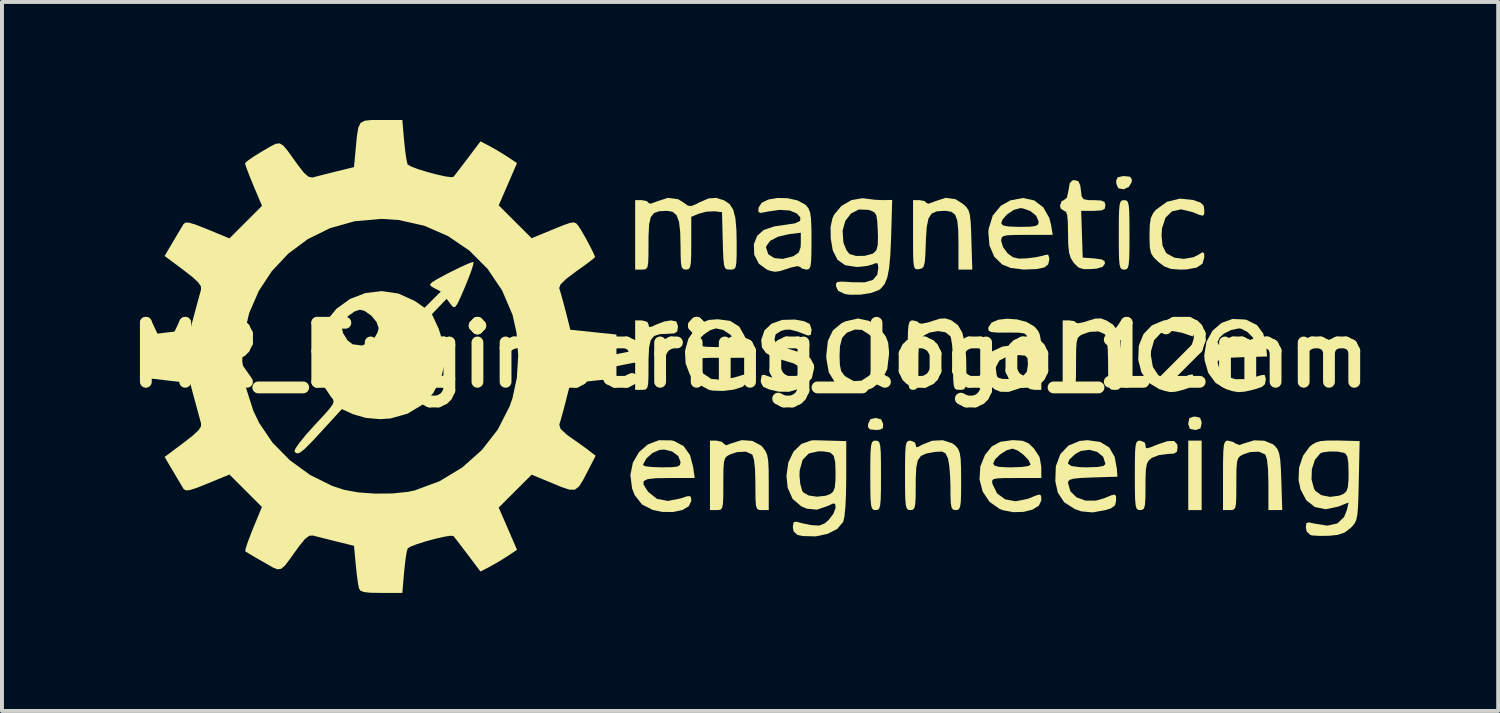
<source format=kicad_pcb>
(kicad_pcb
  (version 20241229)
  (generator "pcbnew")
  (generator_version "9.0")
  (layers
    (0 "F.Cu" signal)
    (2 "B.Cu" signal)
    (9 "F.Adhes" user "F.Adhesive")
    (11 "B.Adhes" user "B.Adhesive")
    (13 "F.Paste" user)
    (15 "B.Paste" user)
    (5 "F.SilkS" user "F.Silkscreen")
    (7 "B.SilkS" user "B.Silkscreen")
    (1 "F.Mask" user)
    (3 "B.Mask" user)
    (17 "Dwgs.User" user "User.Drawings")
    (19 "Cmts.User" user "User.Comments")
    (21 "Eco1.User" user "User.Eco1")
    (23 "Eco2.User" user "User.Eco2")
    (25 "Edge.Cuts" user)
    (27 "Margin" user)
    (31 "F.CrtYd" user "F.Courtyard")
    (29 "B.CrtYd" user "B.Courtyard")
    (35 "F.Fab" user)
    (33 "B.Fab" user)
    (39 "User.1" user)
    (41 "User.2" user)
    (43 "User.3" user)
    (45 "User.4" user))
  (footprint "MR_Engineering_logo_12mm"
    (layer "F.Cu")
    (at 16.014 5.976)
    (property "Reference" "MR_Engineering_logo_12mm" (at 0 0 0) (layer "F.SilkS") (effects (font (size 1.5 1.5) (thickness 0.3))))
    (attr board_only exclude_from_pos_files exclude_from_bom)
    (fp_poly (pts (xy 11.478 3.056) (xy 11.478 3.939) (xy 11.308 3.939) (xy 11.138 3.939) (xy 11.138 3.056) (xy 11.138 2.173) (xy 11.308 2.173) (xy 11.478 2.173)) (stroke (width 0) (type solid)) (fill yes) (layer "F.SilkS"))
    (fp_poly (pts (xy 3.332 1.633) (xy 3.383 1.749) (xy 3.379 1.856) (xy 3.297 1.897) (xy 3.192 1.902) (xy 3.045 1.887) (xy 2.997 1.825) (xy 3 1.749) (xy 3.059 1.628) (xy 3.192 1.596)) (stroke (width 0) (type solid)) (fill yes) (layer "F.SilkS"))
    (fp_poly (pts (xy 9.657 -4.535) (xy 9.704 -4.47) (xy 9.7 -4.397) (xy 9.629 -4.277) (xy 9.5 -4.215) (xy 9.372 -4.237) (xy 9.352 -4.253) (xy 9.311 -4.356) (xy 9.304 -4.426) (xy 9.341 -4.518) (xy 9.472 -4.549) (xy 9.513 -4.55)) (stroke (width 0) (type solid)) (fill yes) (layer "F.SilkS"))
    (fp_poly (pts (xy 11.437 1.59) (xy 11.477 1.701) (xy 11.478 1.732) (xy 11.449 1.861) (xy 11.339 1.901) (xy 11.308 1.902) (xy 11.179 1.874) (xy 11.139 1.763) (xy 11.138 1.732) (xy 11.166 1.603) (xy 11.276 1.563) (xy 11.308 1.562)) (stroke (width 0) (type solid)) (fill yes) (layer "F.SilkS"))
    (fp_poly (pts (xy 3.247 2.181) (xy 3.285 2.218) (xy 3.309 2.306) (xy 3.322 2.466) (xy 3.327 2.721) (xy 3.328 3.056) (xy 3.327 3.417) (xy 3.321 3.663) (xy 3.307 3.817) (xy 3.283 3.899) (xy 3.244 3.933) (xy 3.192 3.939) (xy 3.137 3.932) (xy 3.099 3.895) (xy 3.075 3.807) (xy 3.062 3.646) (xy 3.057 3.391) (xy 3.056 3.056) (xy 3.057 2.696) (xy 3.063 2.449) (xy 3.077 2.296) (xy 3.101 2.213) (xy 3.14 2.179) (xy 3.192 2.173)) (stroke (width 0) (type solid)) (fill yes) (layer "F.SilkS"))
    (fp_poly (pts (xy 9.563 -3.932) (xy 9.601 -3.895) (xy 9.625 -3.807) (xy 9.638 -3.646) (xy 9.643 -3.391) (xy 9.644 -3.056) (xy 9.643 -2.696) (xy 9.637 -2.449) (xy 9.623 -2.296) (xy 9.599 -2.213) (xy 9.56 -2.179) (xy 9.508 -2.173) (xy 9.453 -2.181) (xy 9.415 -2.218) (xy 9.391 -2.306) (xy 9.378 -2.466) (xy 9.373 -2.721) (xy 9.372 -3.056) (xy 9.373 -3.417) (xy 9.379 -3.663) (xy 9.393 -3.817) (xy 9.417 -3.899) (xy 9.456 -3.933) (xy 9.508 -3.939)) (stroke (width 0) (type solid)) (fill yes) (layer "F.SilkS"))
    (fp_poly (pts (xy -2.613 -0.847) (xy -2.581 -0.779) (xy -2.567 -0.716) (xy -2.502 -0.721) (xy -2.38 -0.779) (xy -2.183 -0.854) (xy -2.007 -0.883) (xy -1.876 -0.856) (xy -1.835 -0.75) (xy -1.834 -0.713) (xy -1.851 -0.599) (xy -1.929 -0.552) (xy -2.076 -0.543) (xy -2.293 -0.533) (xy -2.437 -0.487) (xy -2.523 -0.383) (xy -2.566 -0.198) (xy -2.58 0.09) (xy -2.581 0.24) (xy -2.582 0.538) (xy -2.59 0.726) (xy -2.612 0.829) (xy -2.654 0.873) (xy -2.723 0.883) (xy -2.751 0.883) (xy -2.92 0.883) (xy -2.92 0) (xy -2.92 -0.883) (xy -2.751 -0.883)) (stroke (width 0) (type solid)) (fill yes) (layer "F.SilkS"))
    (fp_poly (pts (xy 10.026 2.216) (xy 10.051 2.275) (xy 10.056 2.348) (xy 10.093 2.369) (xy 10.194 2.338) (xy 10.346 2.275) (xy 10.61 2.186) (xy 10.777 2.183) (xy 10.857 2.266) (xy 10.866 2.343) (xy 10.85 2.455) (xy 10.776 2.503) (xy 10.61 2.513) (xy 10.396 2.541) (xy 10.216 2.609) (xy 10.202 2.619) (xy 10.13 2.682) (xy 10.085 2.768) (xy 10.061 2.908) (xy 10.052 3.134) (xy 10.051 3.332) (xy 10.049 3.621) (xy 10.038 3.8) (xy 10.013 3.896) (xy 9.968 3.933) (xy 9.916 3.939) (xy 9.86 3.932) (xy 9.822 3.895) (xy 9.799 3.807) (xy 9.786 3.646) (xy 9.781 3.391) (xy 9.78 3.056) (xy 9.781 2.696) (xy 9.787 2.449) (xy 9.8 2.296) (xy 9.825 2.213) (xy 9.864 2.179) (xy 9.916 2.173)) (stroke (width 0) (type solid)) (fill yes) (layer "F.SilkS"))
    (fp_poly (pts (xy 10.991 -0.884) (xy 11.179 -0.823) (xy 11.265 -0.711) (xy 11.274 -0.641) (xy 11.268 -0.515) (xy 11.257 -0.476) (xy 11.188 -0.497) (xy 11.038 -0.548) (xy 10.973 -0.57) (xy 10.674 -0.622) (xy 10.435 -0.555) (xy 10.271 -0.38) (xy 10.192 -0.105) (xy 10.187 0) (xy 10.238 0.299) (xy 10.377 0.511) (xy 10.588 0.622) (xy 10.851 0.618) (xy 10.982 0.576) (xy 11.16 0.503) (xy 11.245 0.488) (xy 11.272 0.538) (xy 11.274 0.642) (xy 11.247 0.762) (xy 11.142 0.838) (xy 11.019 0.879) (xy 10.818 0.93) (xy 10.678 0.94) (xy 10.528 0.906) (xy 10.397 0.862) (xy 10.129 0.701) (xy 9.949 0.44) (xy 9.866 0.119) (xy 9.881 -0.24) (xy 10.002 -0.538) (xy 10.215 -0.757) (xy 10.506 -0.88) (xy 10.687 -0.899)) (stroke (width 0) (type solid)) (fill yes) (layer "F.SilkS"))
    (fp_poly (pts (xy 11.26 -3.943) (xy 11.443 -3.88) (xy 11.527 -3.804) (xy 11.545 -3.699) (xy 11.543 -3.586) (xy 11.511 -3.543) (xy 11.419 -3.564) (xy 11.248 -3.635) (xy 10.957 -3.705) (xy 10.725 -3.655) (xy 10.56 -3.493) (xy 10.471 -3.225) (xy 10.459 -3.041) (xy 10.484 -2.783) (xy 10.567 -2.611) (xy 10.595 -2.581) (xy 10.782 -2.478) (xy 11.027 -2.446) (xy 11.272 -2.489) (xy 11.395 -2.551) (xy 11.503 -2.617) (xy 11.541 -2.585) (xy 11.545 -2.485) (xy 11.5 -2.325) (xy 11.354 -2.225) (xy 11.098 -2.178) (xy 10.94 -2.173) (xy 10.7 -2.19) (xy 10.527 -2.255) (xy 10.375 -2.371) (xy 10.258 -2.485) (xy 10.191 -2.592) (xy 10.161 -2.735) (xy 10.153 -2.959) (xy 10.153 -3.045) (xy 10.16 -3.311) (xy 10.187 -3.484) (xy 10.245 -3.608) (xy 10.319 -3.697) (xy 10.594 -3.896) (xy 10.924 -3.978)) (stroke (width 0) (type solid)) (fill yes) (layer "F.SilkS"))
    (fp_poly (pts (xy 13.073 2.176) (xy 13.291 2.266) (xy 13.337 2.304) (xy 13.402 2.384) (xy 13.446 2.49) (xy 13.474 2.648) (xy 13.492 2.889) (xy 13.504 3.194) (xy 13.527 3.939) (xy 13.351 3.939) (xy 13.175 3.939) (xy 13.175 3.273) (xy 13.166 2.911) (xy 13.14 2.66) (xy 13.099 2.532) (xy 13.094 2.526) (xy 12.933 2.454) (xy 12.708 2.465) (xy 12.533 2.524) (xy 12.454 2.566) (xy 12.404 2.624) (xy 12.376 2.726) (xy 12.363 2.9) (xy 12.36 3.174) (xy 12.36 3.271) (xy 12.359 3.576) (xy 12.352 3.77) (xy 12.332 3.879) (xy 12.292 3.927) (xy 12.228 3.939) (xy 12.191 3.939) (xy 12.021 3.939) (xy 12.021 3.056) (xy 12.022 2.694) (xy 12.029 2.447) (xy 12.043 2.293) (xy 12.069 2.21) (xy 12.108 2.178) (xy 12.143 2.173) (xy 12.289 2.212) (xy 12.34 2.247) (xy 12.443 2.285) (xy 12.565 2.241) (xy 12.812 2.166)) (stroke (width 0) (type solid)) (fill yes) (layer "F.SilkS"))
    (fp_poly (pts (xy 0.056 2.18) (xy 0.278 2.297) (xy 0.32 2.34) (xy 0.391 2.435) (xy 0.436 2.541) (xy 0.462 2.692) (xy 0.473 2.917) (xy 0.475 3.23) (xy 0.475 3.939) (xy 0.306 3.939) (xy 0.228 3.935) (xy 0.179 3.905) (xy 0.151 3.825) (xy 0.139 3.67) (xy 0.136 3.415) (xy 0.136 3.273) (xy 0.127 2.911) (xy 0.101 2.66) (xy 0.059 2.532) (xy 0.054 2.526) (xy -0.106 2.454) (xy -0.331 2.465) (xy -0.506 2.524) (xy -0.585 2.566) (xy -0.636 2.624) (xy -0.664 2.726) (xy -0.676 2.9) (xy -0.679 3.174) (xy -0.679 3.271) (xy -0.68 3.576) (xy -0.688 3.77) (xy -0.708 3.879) (xy -0.747 3.927) (xy -0.812 3.939) (xy -0.849 3.939) (xy -1.019 3.939) (xy -1.019 3.056) (xy -1.019 2.173) (xy -0.855 2.173) (xy -0.719 2.202) (xy -0.665 2.251) (xy -0.609 2.292) (xy -0.481 2.244) (xy -0.481 2.244) (xy -0.211 2.161)) (stroke (width 0) (type solid)) (fill yes) (layer "F.SilkS"))
    (fp_poly (pts (xy 5.223 -3.963) (xy 5.412 -3.843) (xy 5.496 -3.765) (xy 5.552 -3.683) (xy 5.586 -3.569) (xy 5.607 -3.392) (xy 5.62 -3.124) (xy 5.626 -2.926) (xy 5.649 -2.173) (xy 5.473 -2.173) (xy 5.297 -2.173) (xy 5.297 -2.839) (xy 5.291 -3.188) (xy 5.266 -3.424) (xy 5.213 -3.568) (xy 5.121 -3.641) (xy 4.982 -3.666) (xy 4.923 -3.667) (xy 4.739 -3.653) (xy 4.613 -3.595) (xy 4.535 -3.471) (xy 4.491 -3.26) (xy 4.47 -2.941) (xy 4.467 -2.852) (xy 4.456 -2.552) (xy 4.441 -2.362) (xy 4.414 -2.255) (xy 4.369 -2.205) (xy 4.299 -2.186) (xy 4.296 -2.186) (xy 4.233 -2.181) (xy 4.191 -2.201) (xy 4.164 -2.269) (xy 4.15 -2.404) (xy 4.144 -2.627) (xy 4.143 -2.961) (xy 4.143 -3.051) (xy 4.143 -3.939) (xy 4.313 -3.939) (xy 4.44 -3.915) (xy 4.482 -3.869) (xy 4.534 -3.848) (xy 4.664 -3.894) (xy 4.683 -3.903) (xy 4.969 -3.998)) (stroke (width 0) (type solid)) (fill yes) (layer "F.SilkS"))
    (fp_poly (pts (xy 8.346 -4.419) (xy 8.394 -4.309) (xy 8.409 -4.194) (xy 8.428 -4.036) (xy 8.479 -3.963) (xy 8.601 -3.94) (xy 8.731 -3.939) (xy 8.921 -3.93) (xy 9.009 -3.892) (xy 9.033 -3.81) (xy 9.033 -3.803) (xy 9.013 -3.719) (xy 8.93 -3.678) (xy 8.751 -3.667) (xy 8.724 -3.667) (xy 8.416 -3.667) (xy 8.436 -3.073) (xy 8.455 -2.479) (xy 8.748 -2.458) (xy 8.935 -2.433) (xy 9.014 -2.385) (xy 9.019 -2.322) (xy 8.961 -2.243) (xy 8.808 -2.199) (xy 8.683 -2.187) (xy 8.475 -2.185) (xy 8.345 -2.228) (xy 8.236 -2.336) (xy 8.225 -2.349) (xy 8.152 -2.465) (xy 8.108 -2.607) (xy 8.087 -2.812) (xy 8.082 -3.099) (xy 8.077 -3.385) (xy 8.061 -3.559) (xy 8.029 -3.645) (xy 7.98 -3.667) (xy 7.897 -3.724) (xy 7.878 -3.803) (xy 7.919 -3.913) (xy 7.976 -3.939) (xy 8.054 -4.004) (xy 8.095 -4.192) (xy 8.095 -4.194) (xy 8.125 -4.367) (xy 8.189 -4.439) (xy 8.252 -4.448)) (stroke (width 0) (type solid)) (fill yes) (layer "F.SilkS"))
    (fp_poly (pts (xy 3.032 -0.868) (xy 3.293 -0.673) (xy 3.323 -0.641) (xy 3.449 -0.476) (xy 3.511 -0.315) (xy 3.531 -0.098) (xy 3.532 -0.025) (xy 3.488 0.353) (xy 3.354 0.634) (xy 3.126 0.826) (xy 3.083 0.848) (xy 2.842 0.933) (xy 2.625 0.929) (xy 2.399 0.852) (xy 2.152 0.685) (xy 2.001 0.436) (xy 1.94 0.093) (xy 1.938 0.008) (xy 2.275 0.008) (xy 2.283 0.252) (xy 2.316 0.403) (xy 2.387 0.506) (xy 2.435 0.549) (xy 2.638 0.662) (xy 2.832 0.649) (xy 3.026 0.523) (xy 3.136 0.408) (xy 3.19 0.273) (xy 3.207 0.068) (xy 3.208 0) (xy 3.197 -0.23) (xy 3.154 -0.377) (xy 3.06 -0.493) (xy 3.02 -0.528) (xy 2.842 -0.641) (xy 2.671 -0.649) (xy 2.656 -0.646) (xy 2.46 -0.57) (xy 2.342 -0.441) (xy 2.286 -0.23) (xy 2.275 0.008) (xy 1.938 0.008) (xy 1.938 0) (xy 1.978 -0.361) (xy 2.104 -0.626) (xy 2.325 -0.811) (xy 2.427 -0.86) (xy 2.743 -0.931)) (stroke (width 0) (type solid)) (fill yes) (layer "F.SilkS"))
    (fp_poly (pts (xy 9.06 -0.88) (xy 9.066 -0.877) (xy 9.224 -0.776) (xy 9.331 -0.634) (xy 9.398 -0.426) (xy 9.431 -0.13) (xy 9.439 0.221) (xy 9.438 0.524) (xy 9.431 0.717) (xy 9.411 0.824) (xy 9.371 0.871) (xy 9.305 0.883) (xy 9.27 0.883) (xy 9.193 0.879) (xy 9.143 0.849) (xy 9.116 0.769) (xy 9.104 0.614) (xy 9.101 0.359) (xy 9.101 0.217) (xy 9.092 -0.145) (xy 9.066 -0.396) (xy 9.024 -0.524) (xy 9.019 -0.53) (xy 8.858 -0.602) (xy 8.633 -0.591) (xy 8.459 -0.532) (xy 8.379 -0.49) (xy 8.329 -0.432) (xy 8.301 -0.33) (xy 8.289 -0.156) (xy 8.286 0.118) (xy 8.286 0.215) (xy 8.284 0.52) (xy 8.277 0.714) (xy 8.257 0.823) (xy 8.218 0.871) (xy 8.153 0.883) (xy 8.116 0.883) (xy 7.946 0.883) (xy 7.946 0) (xy 7.946 -0.883) (xy 8.116 -0.883) (xy 8.243 -0.863) (xy 8.286 -0.823) (xy 8.342 -0.809) (xy 8.485 -0.839) (xy 8.576 -0.868) (xy 8.775 -0.929) (xy 8.915 -0.933)) (stroke (width 0) (type solid)) (fill yes) (layer "F.SilkS"))
    (fp_poly (pts (xy 1.375 -0.861) (xy 1.518 -0.791) (xy 1.562 -0.657) (xy 1.562 -0.637) (xy 1.544 -0.514) (xy 1.475 -0.498) (xy 1.443 -0.509) (xy 1.192 -0.604) (xy 1.022 -0.647) (xy 0.891 -0.645) (xy 0.788 -0.614) (xy 0.65 -0.529) (xy 0.622 -0.402) (xy 0.623 -0.39) (xy 0.663 -0.293) (xy 0.768 -0.223) (xy 0.972 -0.159) (xy 1.019 -0.147) (xy 1.338 -0.045) (xy 1.534 0.082) (xy 1.622 0.243) (xy 1.63 0.321) (xy 1.572 0.583) (xy 1.397 0.778) (xy 1.253 0.855) (xy 0.991 0.932) (xy 0.729 0.929) (xy 0.492 0.875) (xy 0.334 0.805) (xy 0.276 0.698) (xy 0.272 0.638) (xy 0.298 0.512) (xy 0.357 0.499) (xy 0.678 0.616) (xy 0.916 0.659) (xy 1.096 0.633) (xy 1.125 0.621) (xy 1.258 0.52) (xy 1.278 0.39) (xy 1.233 0.286) (xy 1.113 0.212) (xy 0.928 0.157) (xy 0.607 0.059) (xy 0.405 -0.053) (xy 0.303 -0.195) (xy 0.284 -0.382) (xy 0.285 -0.388) (xy 0.366 -0.628) (xy 0.549 -0.8) (xy 0.814 -0.895) (xy 1.142 -0.904)) (stroke (width 0) (type solid)) (fill yes) (layer "F.SilkS"))
    (fp_poly (pts (xy 8.901 2.207) (xy 9.129 2.347) (xy 9.268 2.588) (xy 9.323 2.889) (xy 9.338 3.09) (xy 8.71 3.11) (xy 8.412 3.122) (xy 8.225 3.14) (xy 8.124 3.17) (xy 8.086 3.216) (xy 8.082 3.247) (xy 8.141 3.461) (xy 8.299 3.615) (xy 8.526 3.698) (xy 8.796 3.697) (xy 8.996 3.639) (xy 9.18 3.564) (xy 9.271 3.544) (xy 9.302 3.586) (xy 9.304 3.697) (xy 9.304 3.698) (xy 9.277 3.818) (xy 9.173 3.895) (xy 9.05 3.935) (xy 8.71 3.998) (xy 8.423 3.972) (xy 8.252 3.912) (xy 7.984 3.74) (xy 7.823 3.497) (xy 7.759 3.208) (xy 7.772 2.825) (xy 7.798 2.756) (xy 8.079 2.756) (xy 8.166 2.819) (xy 8.381 2.848) (xy 8.557 2.852) (xy 8.827 2.844) (xy 8.979 2.818) (xy 9.032 2.77) (xy 9.033 2.764) (xy 8.975 2.584) (xy 8.826 2.461) (xy 8.626 2.407) (xy 8.41 2.435) (xy 8.268 2.512) (xy 8.114 2.656) (xy 8.079 2.756) (xy 7.798 2.756) (xy 7.886 2.518) (xy 8.091 2.3) (xy 8.379 2.181) (xy 8.58 2.162)) (stroke (width 0) (type solid)) (fill yes) (layer "F.SilkS"))
    (fp_poly (pts (xy -2 2.167) (xy -1.935 2.182) (xy -1.689 2.311) (xy -1.526 2.541) (xy -1.445 2.85) (xy -1.408 3.124) (xy -2.062 3.124) (xy -2.394 3.129) (xy -2.603 3.152) (xy -2.704 3.201) (xy -2.709 3.285) (xy -2.632 3.414) (xy -2.58 3.483) (xy -2.366 3.654) (xy -2.09 3.706) (xy -1.776 3.645) (xy -1.601 3.588) (xy -1.52 3.585) (xy -1.496 3.642) (xy -1.494 3.706) (xy -1.555 3.84) (xy -1.718 3.936) (xy -1.951 3.987) (xy -2.225 3.986) (xy -2.469 3.937) (xy -2.746 3.796) (xy -2.932 3.559) (xy -2.998 3.391) (xy -3.042 3.048) (xy -2.992 2.8) (xy -2.717 2.8) (xy -2.654 2.826) (xy -2.491 2.844) (xy -2.26 2.852) (xy -2.241 2.852) (xy -1.991 2.849) (xy -1.848 2.832) (xy -1.783 2.794) (xy -1.766 2.727) (xy -1.766 2.718) (xy -1.826 2.564) (xy -1.979 2.45) (xy -2.181 2.4) (xy -2.306 2.41) (xy -2.482 2.49) (xy -2.633 2.624) (xy -2.713 2.769) (xy -2.717 2.8) (xy -2.992 2.8) (xy -2.978 2.733) (xy -2.824 2.467) (xy -2.598 2.27) (xy -2.317 2.163)) (stroke (width 0) (type solid)) (fill yes) (layer "F.SilkS"))
    (fp_poly (pts (xy -0.502 -0.868) (xy -0.274 -0.724) (xy -0.134 -0.476) (xy -0.086 -0.246) (xy -0.05 0.068) (xy -0.709 0.068) (xy -1.011 0.069) (xy -1.201 0.076) (xy -1.301 0.096) (xy -1.336 0.133) (xy -1.329 0.194) (xy -1.321 0.221) (xy -1.191 0.468) (xy -0.984 0.605) (xy -0.699 0.63) (xy -0.412 0.571) (xy -0.227 0.516) (xy -0.107 0.482) (xy -0.085 0.476) (xy -0.055 0.523) (xy -0.075 0.631) (xy -0.129 0.746) (xy -0.187 0.805) (xy -0.408 0.876) (xy -0.688 0.911) (xy -0.952 0.902) (xy -1.045 0.882) (xy -1.328 0.732) (xy -1.528 0.499) (xy -1.638 0.211) (xy -1.654 -0.102) (xy -1.607 -0.275) (xy -1.358 -0.275) (xy -1.294 -0.237) (xy -1.116 -0.212) (xy -0.855 -0.204) (xy -0.599 -0.206) (xy -0.452 -0.219) (xy -0.388 -0.25) (xy -0.381 -0.308) (xy -0.388 -0.342) (xy -0.495 -0.515) (xy -0.684 -0.64) (xy -0.867 -0.679) (xy -1.011 -0.634) (xy -1.173 -0.526) (xy -1.304 -0.393) (xy -1.358 -0.275) (xy -1.607 -0.275) (xy -1.569 -0.413) (xy -1.377 -0.692) (xy -1.367 -0.702) (xy -1.211 -0.833) (xy -1.046 -0.894) (xy -0.82 -0.912)) (stroke (width 0) (type solid)) (fill yes) (layer "F.SilkS"))
    (fp_poly (pts (xy 5.1 -0.89) (xy 5.129 -0.876) (xy 5.285 -0.76) (xy 5.394 -0.574) (xy 5.461 -0.3) (xy 5.493 0.081) (xy 5.497 0.289) (xy 5.498 0.573) (xy 5.489 0.748) (xy 5.465 0.841) (xy 5.418 0.877) (xy 5.339 0.883) (xy 5.331 0.883) (xy 5.251 0.878) (xy 5.201 0.846) (xy 5.175 0.761) (xy 5.164 0.598) (xy 5.162 0.328) (xy 5.161 0.267) (xy 5.154 -0.023) (xy 5.134 -0.273) (xy 5.105 -0.442) (xy 5.091 -0.48) (xy 4.969 -0.579) (xy 4.777 -0.611) (xy 4.564 -0.574) (xy 4.43 -0.506) (xy 4.359 -0.444) (xy 4.314 -0.361) (xy 4.29 -0.227) (xy 4.28 -0.01) (xy 4.279 0.242) (xy 4.277 0.54) (xy 4.267 0.729) (xy 4.244 0.832) (xy 4.203 0.875) (xy 4.143 0.883) (xy 4.087 0.875) (xy 4.049 0.839) (xy 4.026 0.751) (xy 4.013 0.59) (xy 4.008 0.335) (xy 4.007 0) (xy 4.008 -0.361) (xy 4.014 -0.607) (xy 4.028 -0.761) (xy 4.053 -0.844) (xy 4.092 -0.877) (xy 4.137 -0.883) (xy 4.256 -0.853) (xy 4.29 -0.817) (xy 4.362 -0.798) (xy 4.526 -0.831) (xy 4.62 -0.862) (xy 4.823 -0.926) (xy 4.963 -0.934)) (stroke (width 0) (type solid)) (fill yes) (layer "F.SilkS"))
    (fp_poly (pts (xy 5.139 2.24) (xy 5.229 2.309) (xy 5.29 2.385) (xy 5.33 2.486) (xy 5.353 2.64) (xy 5.363 2.876) (xy 5.365 3.192) (xy 5.364 3.519) (xy 5.356 3.734) (xy 5.338 3.859) (xy 5.306 3.92) (xy 5.255 3.938) (xy 5.229 3.939) (xy 5.163 3.928) (xy 5.123 3.878) (xy 5.102 3.762) (xy 5.094 3.553) (xy 5.094 3.366) (xy 5.085 3.076) (xy 5.064 2.818) (xy 5.033 2.638) (xy 5.024 2.61) (xy 4.965 2.494) (xy 4.878 2.451) (xy 4.714 2.46) (xy 4.682 2.464) (xy 4.478 2.501) (xy 4.343 2.563) (xy 4.263 2.675) (xy 4.224 2.863) (xy 4.211 3.151) (xy 4.211 3.302) (xy 4.209 3.6) (xy 4.199 3.787) (xy 4.176 3.889) (xy 4.134 3.931) (xy 4.075 3.939) (xy 4.019 3.932) (xy 3.982 3.895) (xy 3.958 3.807) (xy 3.945 3.646) (xy 3.94 3.391) (xy 3.939 3.056) (xy 3.94 2.696) (xy 3.946 2.449) (xy 3.959 2.296) (xy 3.984 2.213) (xy 4.023 2.179) (xy 4.075 2.173) (xy 4.186 2.216) (xy 4.211 2.277) (xy 4.225 2.342) (xy 4.293 2.325) (xy 4.364 2.282) (xy 4.624 2.177) (xy 4.898 2.163)) (stroke (width 0) (type solid)) (fill yes) (layer "F.SilkS"))
    (fp_poly (pts (xy 12.579 -0.905) (xy 12.627 -0.892) (xy 12.885 -0.762) (xy 13.045 -0.546) (xy 13.118 -0.233) (xy 13.141 0.034) (xy 12.513 0.053) (xy 12.215 0.066) (xy 12.029 0.084) (xy 11.928 0.113) (xy 11.889 0.159) (xy 11.885 0.193) (xy 11.943 0.398) (xy 12.102 0.54) (xy 12.339 0.612) (xy 12.631 0.609) (xy 12.956 0.523) (xy 12.989 0.51) (xy 13.078 0.5) (xy 13.107 0.592) (xy 13.107 0.63) (xy 13.087 0.741) (xy 13.003 0.812) (xy 12.82 0.871) (xy 12.806 0.875) (xy 12.573 0.928) (xy 12.41 0.941) (xy 12.253 0.914) (xy 12.091 0.862) (xy 11.831 0.705) (xy 11.646 0.452) (xy 11.553 0.13) (xy 11.545 0) (xy 11.599 -0.331) (xy 11.882 -0.331) (xy 11.916 -0.257) (xy 12.053 -0.217) (xy 12.308 -0.204) (xy 12.36 -0.204) (xy 12.619 -0.21) (xy 12.767 -0.231) (xy 12.829 -0.274) (xy 12.836 -0.306) (xy 12.78 -0.449) (xy 12.645 -0.586) (xy 12.483 -0.671) (xy 12.424 -0.679) (xy 12.23 -0.639) (xy 12.04 -0.544) (xy 11.937 -0.448) (xy 11.882 -0.331) (xy 11.599 -0.331) (xy 11.601 -0.341) (xy 11.754 -0.62) (xy 11.982 -0.818) (xy 12.264 -0.92)) (stroke (width 0) (type solid)) (fill yes) (layer "F.SilkS"))
    (fp_poly (pts (xy 6.93 2.178) (xy 7.081 2.244) (xy 7.215 2.372) (xy 7.359 2.592) (xy 7.403 2.842) (xy 7.403 2.853) (xy 7.403 3.124) (xy 6.764 3.124) (xy 6.467 3.125) (xy 6.282 3.133) (xy 6.185 3.154) (xy 6.152 3.194) (xy 6.158 3.258) (xy 6.162 3.277) (xy 6.281 3.517) (xy 6.485 3.666) (xy 6.751 3.715) (xy 7.055 3.654) (xy 7.094 3.639) (xy 7.279 3.564) (xy 7.37 3.543) (xy 7.4 3.584) (xy 7.403 3.691) (xy 7.342 3.826) (xy 7.181 3.926) (xy 6.954 3.984) (xy 6.694 3.992) (xy 6.434 3.944) (xy 6.344 3.91) (xy 6.087 3.73) (xy 5.913 3.469) (xy 5.832 3.158) (xy 5.853 2.83) (xy 5.883 2.755) (xy 6.18 2.755) (xy 6.213 2.809) (xy 6.325 2.839) (xy 6.541 2.852) (xy 6.656 2.852) (xy 6.913 2.843) (xy 7.079 2.817) (xy 7.131 2.781) (xy 7.078 2.668) (xy 6.952 2.535) (xy 6.8 2.424) (xy 6.669 2.377) (xy 6.668 2.377) (xy 6.518 2.42) (xy 6.355 2.524) (xy 6.226 2.651) (xy 6.18 2.755) (xy 5.883 2.755) (xy 5.973 2.534) (xy 6.145 2.321) (xy 6.36 2.203) (xy 6.655 2.163) (xy 6.711 2.162)) (stroke (width 0) (type solid)) (fill yes) (layer "F.SilkS"))
    (fp_poly (pts (xy 7.222 -3.932) (xy 7.452 -3.758) (xy 7.607 -3.486) (xy 7.651 -3.309) (xy 7.692 -3.056) (xy 7.038 -3.056) (xy 6.737 -3.055) (xy 6.546 -3.046) (xy 6.44 -3.025) (xy 6.395 -2.985) (xy 6.384 -2.919) (xy 6.384 -2.898) (xy 6.432 -2.742) (xy 6.547 -2.587) (xy 6.548 -2.586) (xy 6.68 -2.489) (xy 6.833 -2.453) (xy 7.041 -2.46) (xy 7.261 -2.488) (xy 7.439 -2.525) (xy 7.488 -2.542) (xy 7.576 -2.556) (xy 7.605 -2.469) (xy 7.606 -2.426) (xy 7.578 -2.306) (xy 7.48 -2.229) (xy 7.291 -2.188) (xy 6.99 -2.175) (xy 6.961 -2.174) (xy 6.625 -2.215) (xy 6.408 -2.304) (xy 6.206 -2.503) (xy 6.085 -2.787) (xy 6.057 -3.124) (xy 6.065 -3.211) (xy 6.108 -3.35) (xy 6.384 -3.35) (xy 6.425 -3.299) (xy 6.561 -3.27) (xy 6.81 -3.26) (xy 6.859 -3.26) (xy 7.11 -3.264) (xy 7.253 -3.281) (xy 7.318 -3.319) (xy 7.335 -3.385) (xy 7.335 -3.392) (xy 7.274 -3.54) (xy 7.123 -3.664) (xy 6.927 -3.731) (xy 6.866 -3.735) (xy 6.702 -3.69) (xy 6.536 -3.58) (xy 6.415 -3.443) (xy 6.384 -3.35) (xy 6.108 -3.35) (xy 6.169 -3.548) (xy 6.375 -3.797) (xy 6.616 -3.933) (xy 6.937 -3.994)) (stroke (width 0) (type solid)) (fill yes) (layer "F.SilkS"))
    (fp_poly (pts (xy 0.956 -3.988) (xy 1.2 -3.934) (xy 1.396 -3.83) (xy 1.43 -3.799) (xy 1.489 -3.724) (xy 1.528 -3.62) (xy 1.55 -3.461) (xy 1.56 -3.218) (xy 1.562 -2.92) (xy 1.56 -2.593) (xy 1.552 -2.378) (xy 1.534 -2.252) (xy 1.502 -2.192) (xy 1.451 -2.174) (xy 1.432 -2.173) (xy 1.313 -2.203) (xy 1.279 -2.239) (xy 1.205 -2.262) (xy 1.04 -2.227) (xy 0.985 -2.208) (xy 0.777 -2.14) (xy 0.64 -2.118) (xy 0.518 -2.14) (xy 0.428 -2.174) (xy 0.223 -2.324) (xy 0.106 -2.552) (xy 0.1 -2.729) (xy 0.407 -2.729) (xy 0.464 -2.564) (xy 0.614 -2.467) (xy 0.83 -2.446) (xy 1.082 -2.508) (xy 1.117 -2.524) (xy 1.237 -2.607) (xy 1.285 -2.741) (xy 1.29 -2.857) (xy 1.29 -3.111) (xy 1.002 -3.076) (xy 0.714 -3.011) (xy 0.511 -2.905) (xy 0.413 -2.77) (xy 0.407 -2.729) (xy 0.1 -2.729) (xy 0.097 -2.819) (xy 0.181 -3.033) (xy 0.348 -3.181) (xy 0.617 -3.272) (xy 0.88 -3.31) (xy 1.142 -3.349) (xy 1.273 -3.412) (xy 1.278 -3.501) (xy 1.184 -3.603) (xy 1.008 -3.676) (xy 0.747 -3.691) (xy 0.44 -3.647) (xy 0.419 -3.642) (xy 0.268 -3.613) (xy 0.212 -3.64) (xy 0.215 -3.743) (xy 0.215 -3.746) (xy 0.295 -3.872) (xy 0.469 -3.956) (xy 0.701 -3.995)) (stroke (width 0) (type solid)) (fill yes) (layer "F.SilkS"))
    (fp_poly (pts (xy 6.789 -0.907) (xy 7.028 -0.842) (xy 7.22 -0.731) (xy 7.244 -0.708) (xy 7.315 -0.626) (xy 7.361 -0.532) (xy 7.388 -0.396) (xy 7.4 -0.187) (xy 7.403 0.123) (xy 7.403 0.167) (xy 7.403 0.883) (xy 7.233 0.883) (xy 7.105 0.861) (xy 7.063 0.818) (xy 7.009 0.8) (xy 6.874 0.834) (xy 6.828 0.852) (xy 6.567 0.935) (xy 6.362 0.931) (xy 6.214 0.869) (xy 6.006 0.691) (xy 5.916 0.457) (xy 5.911 0.372) (xy 5.918 0.339) (xy 6.248 0.339) (xy 6.264 0.491) (xy 6.293 0.566) (xy 6.402 0.603) (xy 6.584 0.609) (xy 6.78 0.588) (xy 6.932 0.541) (xy 7.035 0.422) (xy 7.063 0.235) (xy 7.052 0.077) (xy 6.992 0.013) (xy 6.84 0.000013) (xy 6.829 0) (xy 6.533 0.036) (xy 6.337 0.138) (xy 6.251 0.299) (xy 6.248 0.339) (xy 5.918 0.339) (xy 5.968 0.11) (xy 6.139 -0.088) (xy 6.415 -0.217) (xy 6.786 -0.27) (xy 6.847 -0.271) (xy 7 -0.284) (xy 7.054 -0.341) (xy 7.051 -0.424) (xy 7.03 -0.503) (xy 6.975 -0.549) (xy 6.855 -0.569) (xy 6.64 -0.573) (xy 6.534 -0.573) (xy 6.279 -0.573) (xy 6.133 -0.586) (xy 6.067 -0.618) (xy 6.055 -0.678) (xy 6.058 -0.706) (xy 6.137 -0.825) (xy 6.309 -0.899) (xy 6.538 -0.926)) (stroke (width 0) (type solid)) (fill yes) (layer "F.SilkS"))
    (fp_poly (pts (xy 15.167 2.176) (xy 15.494 2.185) (xy 15.472 3.197) (xy 15.463 3.587) (xy 15.452 3.867) (xy 15.436 4.058) (xy 15.409 4.186) (xy 15.369 4.274) (xy 15.31 4.347) (xy 15.268 4.39) (xy 15.115 4.509) (xy 14.931 4.57) (xy 14.725 4.591) (xy 14.496 4.595) (xy 14.31 4.586) (xy 14.245 4.575) (xy 14.148 4.484) (xy 14.126 4.38) (xy 14.138 4.275) (xy 14.201 4.25) (xy 14.346 4.283) (xy 14.677 4.334) (xy 14.929 4.277) (xy 15.1 4.114) (xy 15.172 3.928) (xy 15.213 3.746) (xy 14.942 3.853) (xy 14.627 3.918) (xy 14.354 3.86) (xy 14.137 3.689) (xy 13.992 3.414) (xy 13.941 3.175) (xy 13.942 3.16) (xy 14.271 3.16) (xy 14.335 3.394) (xy 14.368 3.449) (xy 14.519 3.559) (xy 14.74 3.603) (xy 14.976 3.572) (xy 15.081 3.529) (xy 15.153 3.469) (xy 15.193 3.364) (xy 15.21 3.179) (xy 15.213 2.993) (xy 15.205 2.73) (xy 15.179 2.574) (xy 15.128 2.498) (xy 15.105 2.486) (xy 14.939 2.453) (xy 14.734 2.449) (xy 14.556 2.472) (xy 14.493 2.497) (xy 14.357 2.661) (xy 14.28 2.898) (xy 14.271 3.16) (xy 13.942 3.16) (xy 13.955 2.857) (xy 14.055 2.559) (xy 14.222 2.327) (xy 14.297 2.268) (xy 14.39 2.217) (xy 14.501 2.186) (xy 14.661 2.172) (xy 14.901 2.17)) (stroke (width 0) (type solid)) (fill yes) (layer "F.SilkS"))
    (fp_poly (pts (xy 1.805 2.168) (xy 2.033 2.174) (xy 2.122 2.177) (xy 2.445 2.186) (xy 2.445 3.127) (xy 2.439 3.529) (xy 2.423 3.864) (xy 2.398 4.11) (xy 2.368 4.238) (xy 2.217 4.417) (xy 1.972 4.543) (xy 1.669 4.607) (xy 1.342 4.599) (xy 1.205 4.571) (xy 1.108 4.482) (xy 1.087 4.368) (xy 1.108 4.246) (xy 1.183 4.233) (xy 1.194 4.238) (xy 1.331 4.275) (xy 1.527 4.315) (xy 1.563 4.321) (xy 1.758 4.333) (xy 1.897 4.277) (xy 1.999 4.188) (xy 2.117 4.033) (xy 2.173 3.886) (xy 2.173 3.872) (xy 2.164 3.782) (xy 2.111 3.771) (xy 1.977 3.833) (xy 1.973 3.835) (xy 1.699 3.929) (xy 1.443 3.903) (xy 1.302 3.843) (xy 1.082 3.656) (xy 0.956 3.372) (xy 0.925 3.069) (xy 0.927 3.053) (xy 1.256 3.053) (xy 1.275 3.27) (xy 1.323 3.442) (xy 1.35 3.487) (xy 1.491 3.568) (xy 1.701 3.598) (xy 1.923 3.574) (xy 2.042 3.529) (xy 2.113 3.469) (xy 2.154 3.364) (xy 2.171 3.179) (xy 2.173 2.993) (xy 2.165 2.722) (xy 2.127 2.558) (xy 2.037 2.476) (xy 1.873 2.448) (xy 1.737 2.445) (xy 1.495 2.499) (xy 1.337 2.66) (xy 1.262 2.927) (xy 1.256 3.053) (xy 0.927 3.053) (xy 0.973 2.728) (xy 1.106 2.45) (xy 1.308 2.256) (xy 1.561 2.167) (xy 1.638 2.164)) (stroke (width 0) (type solid)) (fill yes) (layer "F.SilkS"))
    (fp_poly (pts (xy 2.945 -3.978) (xy 3.176 -3.948) (xy 3.385 -3.94) (xy 3.613 -3.944) (xy 3.586 -3.008) (xy 3.566 -2.554) (xy 3.536 -2.217) (xy 3.489 -1.974) (xy 3.421 -1.807) (xy 3.327 -1.694) (xy 3.269 -1.652) (xy 3.079 -1.58) (xy 2.818 -1.538) (xy 2.55 -1.534) (xy 2.411 -1.552) (xy 2.24 -1.633) (xy 2.187 -1.742) (xy 2.184 -1.819) (xy 2.224 -1.859) (xy 2.337 -1.869) (xy 2.55 -1.856) (xy 2.598 -1.852) (xy 2.915 -1.85) (xy 3.122 -1.911) (xy 3.232 -2.042) (xy 3.26 -2.214) (xy 3.245 -2.33) (xy 3.179 -2.336) (xy 3.129 -2.311) (xy 2.979 -2.267) (xy 2.767 -2.243) (xy 2.699 -2.241) (xy 2.419 -2.285) (xy 2.223 -2.422) (xy 2.102 -2.663) (xy 2.051 -2.965) (xy 2.048 -3.162) (xy 2.352 -3.162) (xy 2.372 -2.875) (xy 2.383 -2.832) (xy 2.45 -2.669) (xy 2.529 -2.57) (xy 2.698 -2.52) (xy 2.917 -2.524) (xy 3.109 -2.576) (xy 3.148 -2.599) (xy 3.212 -2.672) (xy 3.245 -2.794) (xy 3.251 -2.997) (xy 3.246 -3.157) (xy 3.233 -3.405) (xy 3.21 -3.551) (xy 3.162 -3.628) (xy 3.072 -3.672) (xy 3.002 -3.693) (xy 2.765 -3.701) (xy 2.566 -3.6) (xy 2.422 -3.412) (xy 2.352 -3.162) (xy 2.048 -3.162) (xy 2.046 -3.258) (xy 2.095 -3.479) (xy 2.139 -3.573) (xy 2.324 -3.794) (xy 2.578 -3.94) (xy 2.854 -3.988)) (stroke (width 0) (type solid)) (fill yes) (layer "F.SilkS"))
    (fp_poly (pts (xy -1.827 -3.962) (xy -1.691 -3.879) (xy -1.582 -3.8) (xy -1.493 -3.788) (xy -1.364 -3.841) (xy -1.294 -3.879) (xy -1.055 -3.982) (xy -0.858 -3.997) (xy -0.656 -3.932) (xy -0.522 -3.842) (xy -0.43 -3.701) (xy -0.373 -3.486) (xy -0.346 -3.176) (xy -0.34 -2.849) (xy -0.341 -2.542) (xy -0.348 -2.346) (xy -0.368 -2.235) (xy -0.406 -2.186) (xy -0.47 -2.174) (xy -0.507 -2.173) (xy -0.581 -2.178) (xy -0.63 -2.207) (xy -0.66 -2.285) (xy -0.677 -2.435) (xy -0.688 -2.682) (xy -0.694 -2.903) (xy -0.713 -3.633) (xy -0.907 -3.656) (xy -1.117 -3.645) (xy -1.298 -3.596) (xy -1.494 -3.515) (xy -1.494 -2.844) (xy -1.496 -2.537) (xy -1.505 -2.341) (xy -1.526 -2.232) (xy -1.565 -2.184) (xy -1.625 -2.173) (xy -1.63 -2.173) (xy -1.696 -2.184) (xy -1.737 -2.234) (xy -1.757 -2.351) (xy -1.765 -2.56) (xy -1.766 -2.746) (xy -1.775 -3.126) (xy -1.806 -3.39) (xy -1.868 -3.556) (xy -1.965 -3.642) (xy -2.106 -3.667) (xy -2.108 -3.667) (xy -2.308 -3.657) (xy -2.442 -3.611) (xy -2.523 -3.507) (xy -2.565 -3.323) (xy -2.58 -3.036) (xy -2.581 -2.85) (xy -2.582 -2.542) (xy -2.589 -2.346) (xy -2.609 -2.235) (xy -2.647 -2.186) (xy -2.711 -2.174) (xy -2.751 -2.173) (xy -2.92 -2.173) (xy -2.92 -3.056) (xy -2.92 -3.939) (xy -2.751 -3.939) (xy -2.623 -3.915) (xy -2.581 -3.869) (xy -2.529 -3.848) (xy -2.399 -3.894) (xy -2.38 -3.903) (xy -2.087 -3.998)) (stroke (width 0) (type solid)) (fill yes) (layer "F.SilkS"))
    (fp_poly (pts (xy -7.038 -2.291) (xy -7.092 -2.123) (xy -7.182 -1.888) (xy -7.244 -1.737) (xy -7.362 -1.463) (xy -7.441 -1.298) (xy -7.497 -1.223) (xy -7.543 -1.221) (xy -7.594 -1.273) (xy -7.604 -1.287) (xy -7.712 -1.431) (xy -7.899 -1.236) (xy -8.086 -1.041) (xy -7.915 -0.673) (xy -7.776 -0.232) (xy -7.761 0.201) (xy -7.858 0.608) (xy -8.056 0.97) (xy -8.343 1.27) (xy -8.707 1.489) (xy -9.138 1.61) (xy -9.403 1.628) (xy -9.77 1.595) (xy -10.081 1.505) (xy -10.094 1.5) (xy -10.375 1.372) (xy -10.897 1.942) (xy -11.142 2.207) (xy -11.315 2.38) (xy -11.431 2.474) (xy -11.507 2.501) (xy -11.56 2.472) (xy -11.58 2.444) (xy -11.553 2.37) (xy -11.448 2.221) (xy -11.282 2.018) (xy -11.074 1.787) (xy -10.842 1.538) (xy -10.691 1.366) (xy -10.609 1.253) (xy -10.584 1.177) (xy -10.604 1.117) (xy -10.653 1.058) (xy -10.894 0.698) (xy -11.022 0.282) (xy -11.03 -0.161) (xy -10.976 -0.422) (xy -10.828 -0.755) (xy -10.391 -0.755) (xy -10.345 -0.56) (xy -10.233 -0.378) (xy -10.103 -0.275) (xy -9.861 -0.244) (xy -9.639 -0.343) (xy -9.559 -0.421) (xy -9.468 -0.574) (xy -9.44 -0.69) (xy -9.496 -0.846) (xy -9.63 -1.006) (xy -9.797 -1.123) (xy -9.916 -1.155) (xy -10.05 -1.11) (xy -10.206 -1.002) (xy -10.335 -0.871) (xy -10.391 -0.757) (xy -10.391 -0.755) (xy -10.828 -0.755) (xy -10.79 -0.84) (xy -10.514 -1.177) (xy -10.169 -1.426) (xy -9.776 -1.578) (xy -9.358 -1.627) (xy -8.935 -1.564) (xy -8.53 -1.381) (xy -8.466 -1.339) (xy -8.273 -1.204) (xy -8.067 -1.41) (xy -7.86 -1.616) (xy -8.035 -1.708) (xy -8.111 -1.753) (xy -8.135 -1.794) (xy -8.089 -1.847) (xy -7.96 -1.928) (xy -7.73 -2.051) (xy -7.636 -2.1) (xy -7.386 -2.225) (xy -7.184 -2.317) (xy -7.057 -2.364) (xy -7.028 -2.365)) (stroke (width 0) (type solid)) (fill yes) (layer "F.SilkS"))
    (fp_poly (pts (xy -8.792 -5.441) (xy -8.764 -5.181) (xy -8.734 -4.974) (xy -8.707 -4.856) (xy -8.702 -4.846) (xy -8.616 -4.794) (xy -8.44 -4.728) (xy -8.213 -4.657) (xy -7.972 -4.593) (xy -7.754 -4.544) (xy -7.597 -4.522) (xy -7.539 -4.53) (xy -7.478 -4.607) (xy -7.359 -4.762) (xy -7.205 -4.965) (xy -7.172 -5.008) (xy -6.852 -5.433) (xy -6.635 -5.321) (xy -6.432 -5.207) (xy -6.209 -5.07) (xy -6.17 -5.045) (xy -5.923 -4.881) (xy -6.155 -4.344) (xy -6.388 -3.807) (xy -5.97 -3.389) (xy -5.551 -2.971) (xy -5.008 -3.195) (xy -4.745 -3.302) (xy -4.579 -3.36) (xy -4.479 -3.374) (xy -4.417 -3.348) (xy -4.366 -3.289) (xy -4.292 -3.174) (xy -4.191 -2.998) (xy -4.085 -2.802) (xy -3.995 -2.626) (xy -3.944 -2.511) (xy -3.939 -2.492) (xy -3.991 -2.444) (xy -4.128 -2.338) (xy -4.327 -2.194) (xy -4.414 -2.133) (xy -4.672 -1.938) (xy -4.816 -1.798) (xy -4.851 -1.704) (xy -4.849 -1.698) (xy -4.814 -1.584) (xy -4.757 -1.381) (xy -4.691 -1.132) (xy -4.688 -1.121) (xy -4.567 -0.645) (xy -3.981 -0.584) (xy -3.396 -0.523) (xy -3.396 0.034) (xy -3.396 0.591) (xy -3.981 0.652) (xy -4.567 0.713) (xy -4.688 1.189) (xy -4.754 1.438) (xy -4.811 1.644) (xy -4.848 1.763) (xy -4.849 1.766) (xy -4.817 1.873) (xy -4.658 2.022) (xy -4.566 2.089) (xy -4.355 2.236) (xy -4.166 2.372) (xy -4.085 2.434) (xy -3.925 2.558) (xy -4.096 2.892) (xy -4.24 3.169) (xy -4.349 3.341) (xy -4.455 3.42) (xy -4.591 3.42) (xy -4.788 3.354) (xy -5.008 3.263) (xy -5.551 3.039) (xy -5.97 3.457) (xy -6.388 3.875) (xy -6.155 4.412) (xy -5.923 4.949) (xy -6.17 5.113) (xy -6.386 5.248) (xy -6.601 5.37) (xy -6.635 5.389) (xy -6.852 5.501) (xy -7.172 5.076) (xy -7.33 4.868) (xy -7.458 4.701) (xy -7.533 4.606) (xy -7.539 4.598) (xy -7.62 4.591) (xy -7.792 4.62) (xy -8.018 4.672) (xy -8.259 4.739) (xy -8.479 4.809) (xy -8.64 4.873) (xy -8.702 4.914) (xy -8.728 5.006) (xy -8.758 5.196) (xy -8.786 5.448) (xy -8.792 5.509) (xy -8.838 6.044) (xy -9.372 6.044) (xy -9.647 6.04) (xy -9.815 6.022) (xy -9.904 5.986) (xy -9.941 5.926) (xy -9.965 5.8) (xy -9.994 5.586) (xy -10.021 5.329) (xy -10.022 5.327) (xy -10.066 4.847) (xy -10.517 4.736) (xy -10.768 4.673) (xy -10.982 4.619) (xy -11.104 4.587) (xy -11.2 4.59) (xy -11.309 4.67) (xy -11.453 4.845) (xy -11.497 4.906) (xy -11.686 5.171) (xy -11.815 5.342) (xy -11.913 5.429) (xy -12.007 5.445) (xy -12.123 5.4) (xy -12.29 5.304) (xy -12.369 5.259) (xy -12.583 5.136) (xy -12.747 5.039) (xy -12.828 4.987) (xy -12.831 4.985) (xy -12.82 4.914) (xy -12.765 4.748) (xy -12.678 4.518) (xy -12.634 4.408) (xy -12.407 3.86) (xy -12.82 3.447) (xy -13.232 3.035) (xy -13.787 3.264) (xy -14.059 3.373) (xy -14.234 3.429) (xy -14.336 3.439) (xy -14.392 3.408) (xy -14.402 3.394) (xy -14.469 3.283) (xy -14.577 3.101) (xy -14.672 2.941) (xy -14.88 2.588) (xy -14.398 2.228) (xy -14.159 2.041) (xy -14.017 1.908) (xy -13.955 1.809) (xy -13.955 1.732) (xy -13.992 1.597) (xy -14.05 1.381) (xy -14.112 1.155) (xy -14.231 0.713) (xy -14.807 0.645) (xy -15.383 0.577) (xy -15.383 0.147) (xy -12.907 0.147) (xy -12.828 0.78) (xy -12.625 1.414) (xy -12.48 1.718) (xy -12.141 2.22) (xy -11.699 2.671) (xy -11.181 3.047) (xy -10.618 3.325) (xy -10.315 3.424) (xy -9.955 3.49) (xy -9.527 3.52) (xy -9.088 3.516) (xy -8.694 3.475) (xy -8.523 3.439) (xy -7.891 3.204) (xy -7.318 2.858) (xy -6.82 2.416) (xy -6.413 1.894) (xy -6.113 1.306) (xy -6.039 1.097) (xy -5.927 0.577) (xy -5.893 0.003) (xy -5.935 -0.567) (xy -6.037 -1.024) (xy -6.302 -1.645) (xy -6.672 -2.193) (xy -7.134 -2.656) (xy -7.674 -3.024) (xy -8.276 -3.287) (xy -8.928 -3.434) (xy -9.375 -3.463) (xy -10.053 -3.402) (xy -10.677 -3.226) (xy -11.241 -2.948) (xy -11.735 -2.581) (xy -12.153 -2.137) (xy -12.487 -1.629) (xy -12.73 -1.071) (xy -12.872 -0.475) (xy -12.907 0.147) (xy -15.383 0.147) (xy -15.383 0.034) (xy -15.383 -0.509) (xy -14.807 -0.577) (xy -14.231 -0.645) (xy -14.112 -1.087) (xy -14.045 -1.335) (xy -13.987 -1.546) (xy -13.955 -1.664) (xy -13.958 -1.749) (xy -14.026 -1.85) (xy -14.176 -1.988) (xy -14.398 -2.16) (xy -14.88 -2.52) (xy -14.672 -2.873) (xy -14.549 -3.08) (xy -14.448 -3.25) (xy -14.402 -3.326) (xy -14.355 -3.367) (xy -14.268 -3.368) (xy -14.116 -3.325) (xy -13.872 -3.231) (xy -13.787 -3.196) (xy -13.232 -2.967) (xy -12.819 -3.38) (xy -12.405 -3.794) (xy -12.621 -4.306) (xy -12.72 -4.55) (xy -12.796 -4.746) (xy -12.834 -4.861) (xy -12.836 -4.874) (xy -12.781 -4.932) (xy -12.636 -5.034) (xy -12.431 -5.162) (xy -12.389 -5.186) (xy -12.192 -5.302) (xy -12.057 -5.371) (xy -11.956 -5.382) (xy -11.862 -5.325) (xy -11.748 -5.188) (xy -11.586 -4.962) (xy -11.497 -4.838) (xy -11.34 -4.636) (xy -11.225 -4.535) (xy -11.128 -4.514) (xy -11.104 -4.519) (xy -10.97 -4.554) (xy -10.752 -4.609) (xy -10.517 -4.668) (xy -10.066 -4.779) (xy -10.022 -5.259) (xy -9.991 -5.577) (xy -9.957 -5.784) (xy -9.898 -5.903) (xy -9.791 -5.959) (xy -9.617 -5.976) (xy -9.372 -5.976) (xy -8.838 -5.976)) (stroke (width 0) (type solid)) (fill yes) (layer "F.SilkS")))
  (gr_rect
    (start -3 -3)
    (end 35.029 15.021)
    (stroke (width 0.1) (type default))
    (fill no)
    (layer "Edge.Cuts")))
</source>
